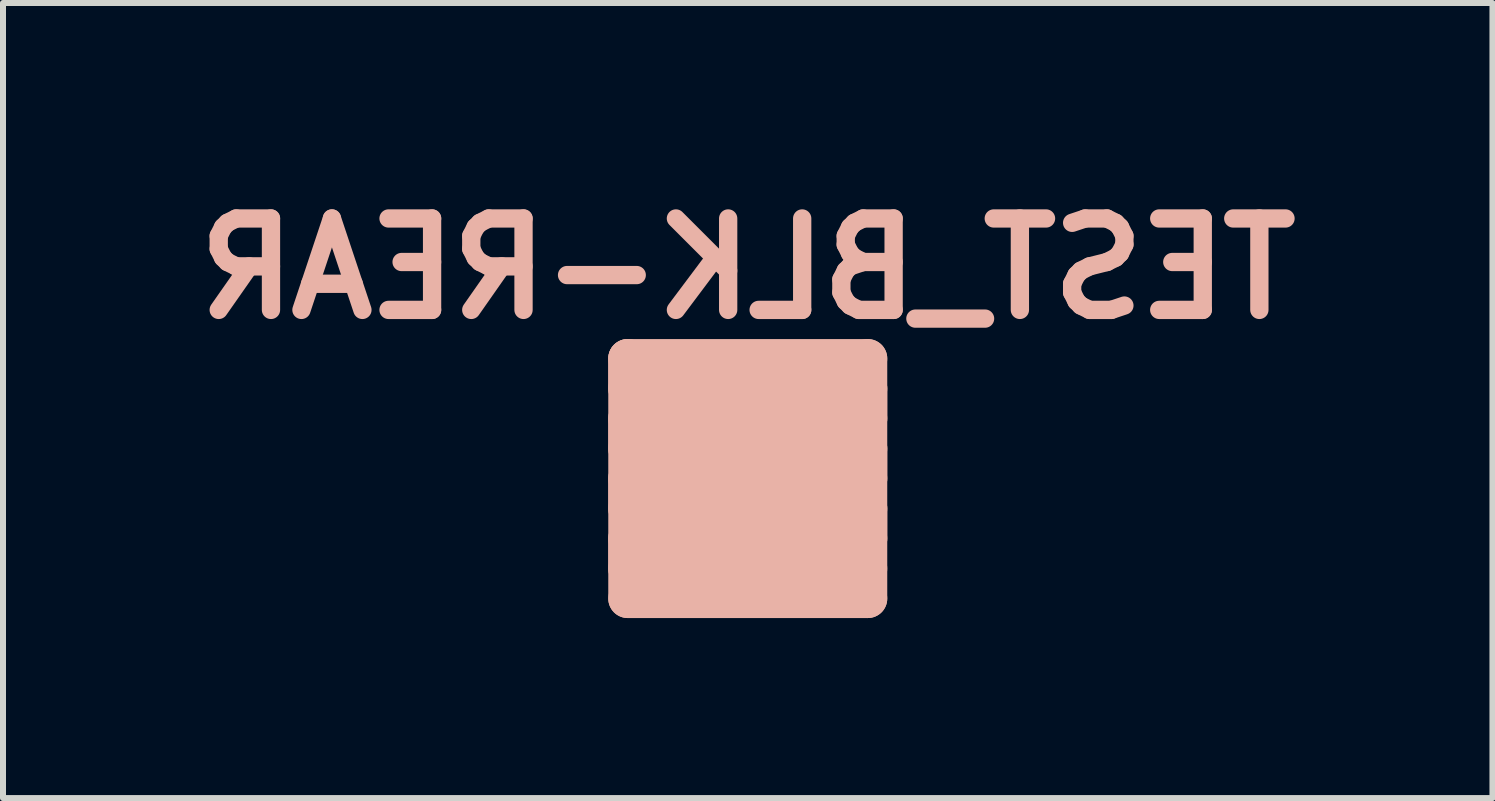
<source format=kicad_pcb>
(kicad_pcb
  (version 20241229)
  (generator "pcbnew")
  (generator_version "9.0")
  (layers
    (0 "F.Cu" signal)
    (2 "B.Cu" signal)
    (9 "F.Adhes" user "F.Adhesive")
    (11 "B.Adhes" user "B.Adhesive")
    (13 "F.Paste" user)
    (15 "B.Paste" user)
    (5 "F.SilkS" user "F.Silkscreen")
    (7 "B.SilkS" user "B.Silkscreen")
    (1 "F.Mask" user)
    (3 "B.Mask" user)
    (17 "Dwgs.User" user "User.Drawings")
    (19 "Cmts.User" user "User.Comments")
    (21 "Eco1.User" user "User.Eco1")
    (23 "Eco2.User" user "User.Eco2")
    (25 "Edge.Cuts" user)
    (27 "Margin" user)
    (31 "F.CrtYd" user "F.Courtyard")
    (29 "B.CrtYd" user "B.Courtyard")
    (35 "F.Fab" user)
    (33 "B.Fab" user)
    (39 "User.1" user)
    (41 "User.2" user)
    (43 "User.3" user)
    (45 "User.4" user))
  (footprint "TEST_BLK-REAR"
    (layer "F.Cu")
    (at 9.413 4.926)
    (property "Reference" "TEST_BLK-REAR" (at 0 -3.5 0) (layer "B.SilkS") (effects (font (size 1.524 1.524) (thickness 0.305)) (justify mirror)))
    (attr through_hole)
    (fp_line (start -2 -2) (end -2 -1.5) (stroke (width 0.65) (type solid)) (layer "B.SilkS"))
    (fp_line (start -2 -2) (end 2 -2) (stroke (width 0.65) (type solid)) (layer "B.SilkS"))
    (fp_line (start -2 -1.5) (end 2 -1.5) (stroke (width 0.65) (type solid)) (layer "B.SilkS"))
    (fp_line (start -2 -1) (end -2 -0.5) (stroke (width 0.65) (type solid)) (layer "B.SilkS"))
    (fp_line (start -2 -0.5) (end 2 -0.5) (stroke (width 0.65) (type solid)) (layer "B.SilkS"))
    (fp_line (start -2 0) (end -2 0.5) (stroke (width 0.65) (type solid)) (layer "B.SilkS"))
    (fp_line (start -2 0.5) (end 1.5 0.5) (stroke (width 0.65) (type solid)) (layer "B.SilkS"))
    (fp_line (start -2 1) (end -2 1.5) (stroke (width 0.65) (type solid)) (layer "B.SilkS"))
    (fp_line (start -2 1.5) (end 2 1.5) (stroke (width 0.65) (type solid)) (layer "B.SilkS"))
    (fp_line (start -2 2) (end -2 -2) (stroke (width 0.65) (type solid)) (layer "B.SilkS"))
    (fp_line (start 1.5 0.5) (end 2 0.5) (stroke (width 0.65) (type solid)) (layer "B.SilkS"))
    (fp_line (start 2 -2) (end 2 2) (stroke (width 0.65) (type solid)) (layer "B.SilkS"))
    (fp_line (start 2 -1.5) (end 2 -1) (stroke (width 0.65) (type solid)) (layer "B.SilkS"))
    (fp_line (start 2 -1) (end -2 -1) (stroke (width 0.65) (type solid)) (layer "B.SilkS"))
    (fp_line (start 2 -0.5) (end 2 0) (stroke (width 0.65) (type solid)) (layer "B.SilkS"))
    (fp_line (start 2 0) (end -2 0) (stroke (width 0.65) (type solid)) (layer "B.SilkS"))
    (fp_line (start 2 0.5) (end 2 1) (stroke (width 0.65) (type solid)) (layer "B.SilkS"))
    (fp_line (start 2 1) (end -2 1) (stroke (width 0.65) (type solid)) (layer "B.SilkS"))
    (fp_line (start 2 2) (end -2 2) (stroke (width 0.65) (type solid)) (layer "B.SilkS")))
  (gr_rect
    (start -3 -3)
    (end 21.825 10.251)
    (stroke (width 0.1) (type default))
    (fill no)
    (layer "Edge.Cuts")))
</source>
